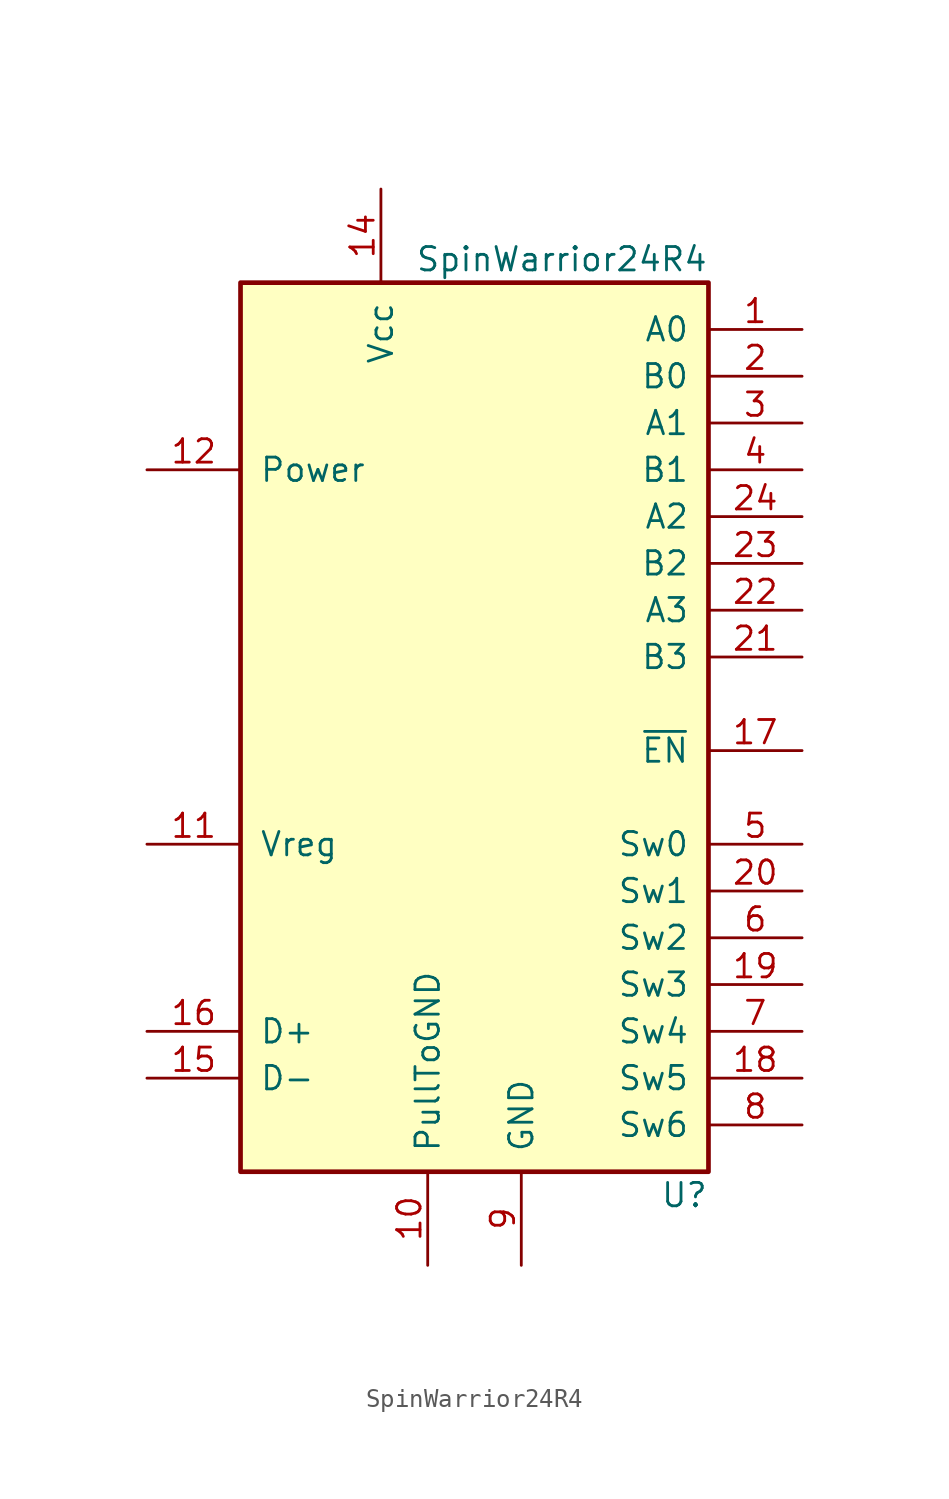
<source format=kicad_sym>
(kicad_symbol_lib
  (version 20211014)
  (generator kicad_symbol_editor)
  (symbol "SpinWarrior24R4"
    (pin_names
      (offset 1.016))
    (property "Reference" "U"
      (at 12.7 -24.13 0)
      (effects (font (size 1.27 1.27)) (justify right)))
    (property "Value" "SpinWarrior24R4"
      (at 12.7 26.67 0)
      (effects (font (size 1.27 1.27)) (justify right)))
    (symbol "SpinWarrior24R4_1_1"
      (rectangle (start -12.7 25.4) (end 12.7 -22.86) (stroke (width 0.254) (type default) (color 0 0 0 0)) (fill (type background)))
      (pin input line (at 17.78 22.86 180) (length 5.08) (name "A0" (effects (font (size 1.27 1.27)))) (number "1" (effects (font (size 1.27 1.27)))))
      (pin input line (at -2.54 -27.94 90) (length 5.08) (name "PullToGND" (effects (font (size 1.27 1.27)))) (number "10" (effects (font (size 1.27 1.27)))))
      (pin power_out line (at -17.78 -5.08 0) (length 5.08) (name "Vreg" (effects (font (size 1.27 1.27)))) (number "11" (effects (font (size 1.27 1.27)))))
      (pin input line (at -17.78 15.24 0) (length 5.08) (name "Power" (effects (font (size 1.27 1.27)))) (number "12" (effects (font (size 1.27 1.27)))))
      (pin no_connect line (at -12.7 22.86 0) (length 5.08) hide (name "NC" (effects (font (size 1.27 1.27)))) (number "13" (effects (font (size 1.27 1.27)))))
      (pin power_in line (at -5.08 30.48 270) (length 5.08) (name "Vcc" (effects (font (size 1.27 1.27)))) (number "14" (effects (font (size 1.27 1.27)))))
      (pin bidirectional line (at -17.78 -17.78 0) (length 5.08) (name "D-" (effects (font (size 1.27 1.27)))) (number "15" (effects (font (size 1.27 1.27)))))
      (pin bidirectional line (at -17.78 -15.24 0) (length 5.08) (name "D+" (effects (font (size 1.27 1.27)))) (number "16" (effects (font (size 1.27 1.27)))))
      (pin open_collector line (at 17.78 0 180) (length 5.08) (name "~{EN}" (effects (font (size 1.27 1.27)))) (number "17" (effects (font (size 1.27 1.27)))))
      (pin input line (at 17.78 -17.78 180) (length 5.08) (name "Sw5" (effects (font (size 1.27 1.27)))) (number "18" (effects (font (size 1.27 1.27)))))
      (pin input line (at 17.78 -12.7 180) (length 5.08) (name "Sw3" (effects (font (size 1.27 1.27)))) (number "19" (effects (font (size 1.27 1.27)))))
      (pin input line (at 17.78 20.32 180) (length 5.08) (name "B0" (effects (font (size 1.27 1.27)))) (number "2" (effects (font (size 1.27 1.27)))))
      (pin input line (at 17.78 -7.62 180) (length 5.08) (name "Sw1" (effects (font (size 1.27 1.27)))) (number "20" (effects (font (size 1.27 1.27)))))
      (pin input line (at 17.78 5.08 180) (length 5.08) (name "B3" (effects (font (size 1.27 1.27)))) (number "21" (effects (font (size 1.27 1.27)))))
      (pin input line (at 17.78 7.62 180) (length 5.08) (name "A3" (effects (font (size 1.27 1.27)))) (number "22" (effects (font (size 1.27 1.27)))))
      (pin input line (at 17.78 10.16 180) (length 5.08) (name "B2" (effects (font (size 1.27 1.27)))) (number "23" (effects (font (size 1.27 1.27)))))
      (pin input line (at 17.78 12.7 180) (length 5.08) (name "A2" (effects (font (size 1.27 1.27)))) (number "24" (effects (font (size 1.27 1.27)))))
      (pin input line (at 17.78 17.78 180) (length 5.08) (name "A1" (effects (font (size 1.27 1.27)))) (number "3" (effects (font (size 1.27 1.27)))))
      (pin input line (at 17.78 15.24 180) (length 5.08) (name "B1" (effects (font (size 1.27 1.27)))) (number "4" (effects (font (size 1.27 1.27)))))
      (pin input line (at 17.78 -5.08 180) (length 5.08) (name "Sw0" (effects (font (size 1.27 1.27)))) (number "5" (effects (font (size 1.27 1.27)))))
      (pin input line (at 17.78 -10.16 180) (length 5.08) (name "Sw2" (effects (font (size 1.27 1.27)))) (number "6" (effects (font (size 1.27 1.27)))))
      (pin input line (at 17.78 -15.24 180) (length 5.08) (name "Sw4" (effects (font (size 1.27 1.27)))) (number "7" (effects (font (size 1.27 1.27)))))
      (pin input line (at 17.78 -20.32 180) (length 5.08) (name "Sw6" (effects (font (size 1.27 1.27)))) (number "8" (effects (font (size 1.27 1.27)))))
      (pin power_in line (at 2.54 -27.94 90) (length 5.08) (name "GND" (effects (font (size 1.27 1.27)))) (number "9" (effects (font (size 1.27 1.27))))))))
</source>
